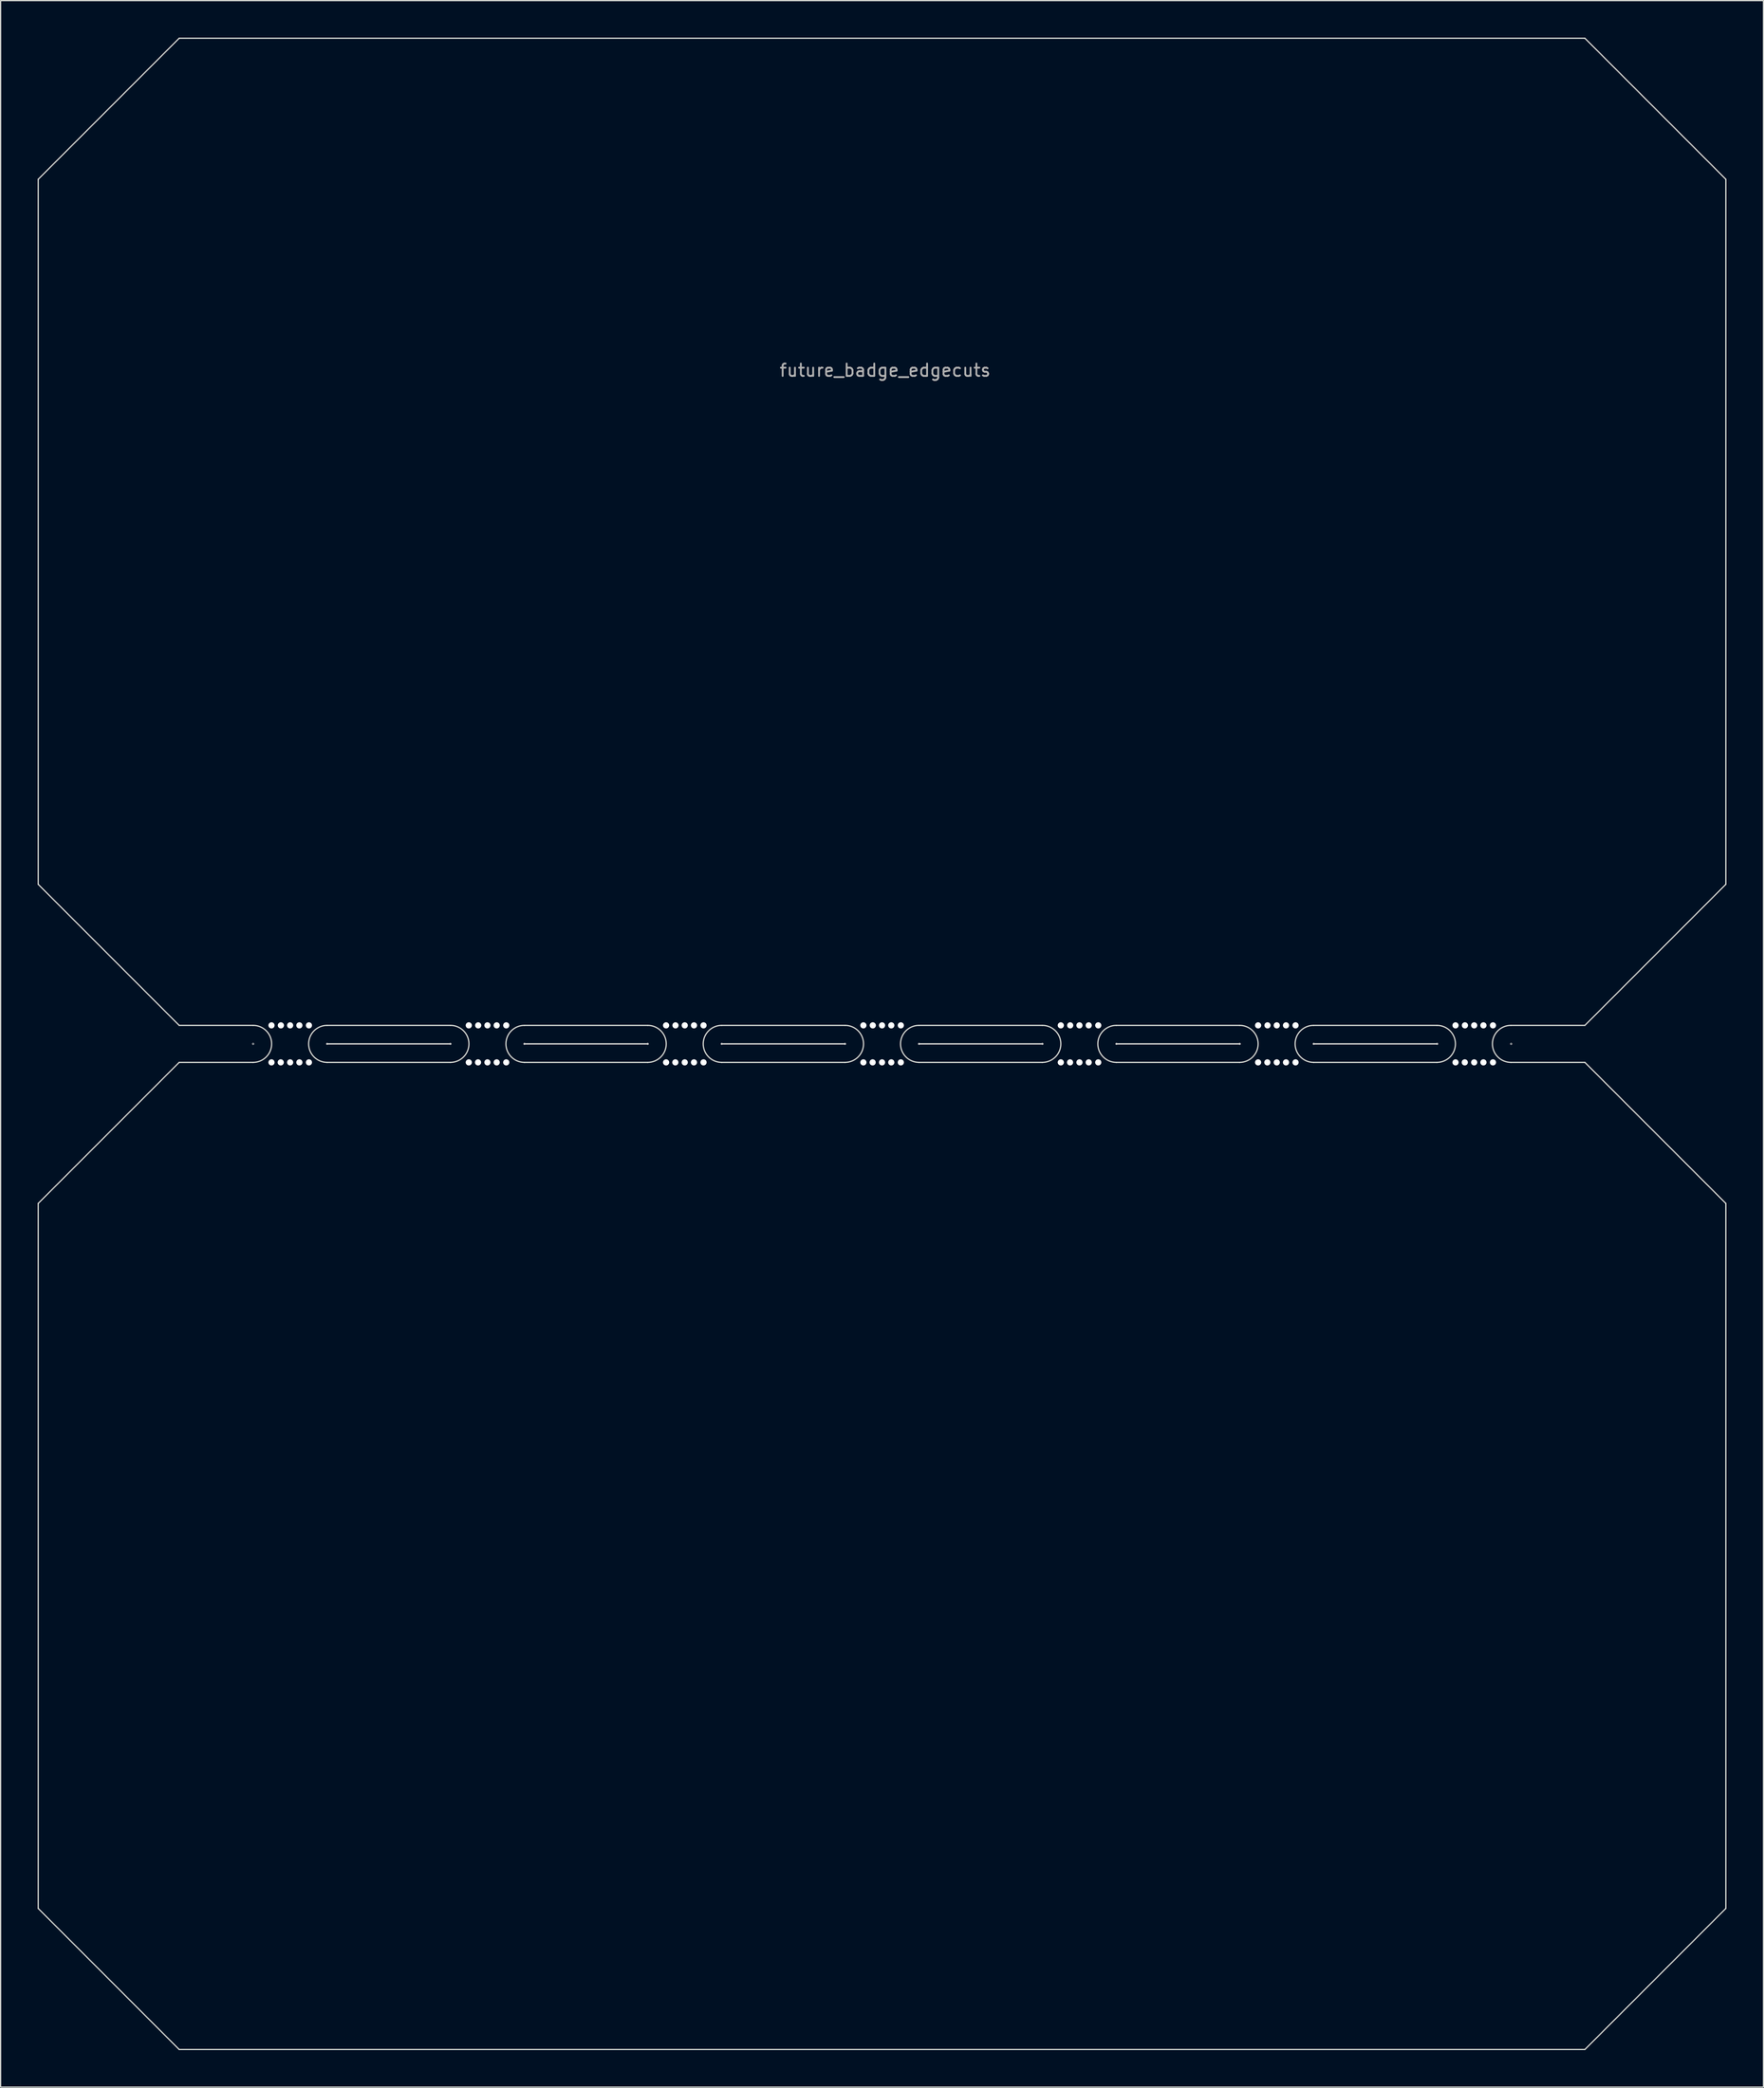
<source format=kicad_pcb>
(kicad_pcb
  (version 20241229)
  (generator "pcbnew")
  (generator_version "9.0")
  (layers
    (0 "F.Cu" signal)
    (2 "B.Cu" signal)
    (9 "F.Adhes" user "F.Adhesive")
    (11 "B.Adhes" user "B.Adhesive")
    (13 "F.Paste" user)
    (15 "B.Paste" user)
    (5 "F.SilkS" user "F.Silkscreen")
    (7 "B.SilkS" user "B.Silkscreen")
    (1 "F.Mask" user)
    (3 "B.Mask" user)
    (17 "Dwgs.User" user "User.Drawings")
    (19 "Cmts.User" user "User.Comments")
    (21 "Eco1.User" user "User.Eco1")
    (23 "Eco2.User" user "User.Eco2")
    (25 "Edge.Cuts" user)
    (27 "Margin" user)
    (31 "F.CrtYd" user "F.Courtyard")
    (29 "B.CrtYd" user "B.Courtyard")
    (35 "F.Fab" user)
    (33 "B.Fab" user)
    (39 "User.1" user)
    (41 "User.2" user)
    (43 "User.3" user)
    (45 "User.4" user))
  (footprint "future_badge_edgecuts"
    (layer "F.Cu")
    (at 68.479 82.48)
    (property "Reference" "future_badge_edgecuts" (at 0.25 -55.52 0) (unlocked yes) (layer "F.Fab") (effects (font (size 1 1) (thickness 0.15))))
    (fp_line (start -35 -0.93) (end -45 -0.93) (stroke (width 0.12) (type solid)) (layer "Dwgs.User"))
    (fp_line (start -19 -0.93) (end -29 -0.93) (stroke (width 0.12) (type solid)) (layer "Dwgs.User"))
    (fp_line (start -3 -0.93) (end -13 -0.93) (stroke (width 0.12) (type solid)) (layer "Dwgs.User"))
    (fp_line (start 13 -0.93) (end 3 -0.93) (stroke (width 0.12) (type solid)) (layer "Dwgs.User"))
    (fp_line (start 29 -0.93) (end 19 -0.93) (stroke (width 0.12) (type solid)) (layer "Dwgs.User"))
    (fp_line (start 45 -0.93) (end 35 -0.93) (stroke (width 0.12) (type solid)) (layer "Dwgs.User"))
    (fp_circle (center -51 -0.93) (end -51 -0.99) (stroke (width 0.05) (type solid)) (fill no) (layer "Dwgs.User"))
    (fp_circle (center -45 -0.93) (end -44.94 -0.93) (stroke (width 0.05) (type solid)) (fill no) (layer "Dwgs.User"))
    (fp_circle (center -35 -0.93) (end -35 -0.99) (stroke (width 0.05) (type solid)) (fill no) (layer "Dwgs.User"))
    (fp_circle (center -29 -0.93) (end -28.94 -0.93) (stroke (width 0.05) (type solid)) (fill no) (layer "Dwgs.User"))
    (fp_circle (center -19 -0.93) (end -19 -0.99) (stroke (width 0.05) (type solid)) (fill no) (layer "Dwgs.User"))
    (fp_circle (center -13 -0.93) (end -12.94 -0.93) (stroke (width 0.05) (type solid)) (fill no) (layer "Dwgs.User"))
    (fp_circle (center -3 -0.929) (end -3 -0.989) (stroke (width 0.05) (type solid)) (fill no) (layer "Dwgs.User"))
    (fp_circle (center 3 -0.929) (end 3.06 -0.929) (stroke (width 0.05) (type solid)) (fill no) (layer "Dwgs.User"))
    (fp_circle (center 13.01 -0.93) (end 13.01 -0.99) (stroke (width 0.05) (type solid)) (fill no) (layer "Dwgs.User"))
    (fp_circle (center 19.01 -0.93) (end 19.07 -0.93) (stroke (width 0.05) (type solid)) (fill no) (layer "Dwgs.User"))
    (fp_circle (center 29.01 -0.93) (end 29.01 -0.99) (stroke (width 0.05) (type solid)) (fill no) (layer "Dwgs.User"))
    (fp_circle (center 35.01 -0.93) (end 35.07 -0.93) (stroke (width 0.05) (type solid)) (fill no) (layer "Dwgs.User"))
    (fp_circle (center 45.02 -0.93) (end 45.02 -0.99) (stroke (width 0.05) (type solid)) (fill no) (layer "Dwgs.User"))
    (fp_circle (center 51.02 -0.93) (end 51.08 -0.93) (stroke (width 0.05) (type solid)) (fill no) (layer "Dwgs.User"))
    (fp_line (start -51 -0.93) (end -51 -0.93) (stroke (width 3) (type solid)) (layer "Eco1.User"))
    (fp_line (start -45 -0.93) (end -45 -0.93) (stroke (width 3) (type solid)) (layer "Eco1.User"))
    (fp_line (start -35 -0.93) (end -35 -0.93) (stroke (width 3) (type solid)) (layer "Eco1.User"))
    (fp_line (start -29 -0.93) (end -29 -0.93) (stroke (width 3) (type solid)) (layer "Eco1.User"))
    (fp_line (start -19 -0.93) (end -19 -0.93) (stroke (width 3) (type solid)) (layer "Eco1.User"))
    (fp_line (start -13 -0.93) (end -13 -0.93) (stroke (width 3) (type solid)) (layer "Eco1.User"))
    (fp_line (start -3 -0.93) (end -3 -0.93) (stroke (width 3) (type solid)) (layer "Eco1.User"))
    (fp_line (start 3 -0.93) (end 3 -0.93) (stroke (width 3) (type solid)) (layer "Eco1.User"))
    (fp_line (start 13 -0.93) (end 13 -0.93) (stroke (width 3) (type solid)) (layer "Eco1.User"))
    (fp_line (start 19 -0.93) (end 19 -0.93) (stroke (width 3) (type solid)) (layer "Eco1.User"))
    (fp_line (start 29 -0.93) (end 29 -0.93) (stroke (width 3) (type solid)) (layer "Eco1.User"))
    (fp_line (start 35 -0.93) (end 35 -0.93) (stroke (width 3) (type solid)) (layer "Eco1.User"))
    (fp_line (start 45 -0.93) (end 45 -0.93) (stroke (width 3) (type solid)) (layer "Eco1.User"))
    (fp_line (start 51 -0.93) (end 51 -0.93) (stroke (width 3) (type solid)) (layer "Eco1.User"))
    (fp_line (start -68.429 -71.001) (end -68.429 -13.859) (stroke (width 0.1) (type solid)) (layer "Edge.Cuts"))
    (fp_line (start -68.429 -13.859) (end -57 -2.43) (stroke (width 0.1) (type solid)) (layer "Edge.Cuts"))
    (fp_line (start -68.429 11.999) (end -68.429 69.141) (stroke (width 0.1) (type solid)) (layer "Edge.Cuts"))
    (fp_line (start -68.429 69.141) (end -57 80.57) (stroke (width 0.1) (type solid)) (layer "Edge.Cuts"))
    (fp_line (start -57 -82.43) (end -68.429 -71.001) (stroke (width 0.1) (type solid)) (layer "Edge.Cuts"))
    (fp_line (start -57 -2.43) (end -51 -2.43) (stroke (width 0.1) (type solid)) (layer "Edge.Cuts"))
    (fp_line (start -57 0.57) (end -68.429 11.999) (stroke (width 0.1) (type solid)) (layer "Edge.Cuts"))
    (fp_line (start -57 0.57) (end -51 0.57) (stroke (width 0.1) (type solid)) (layer "Edge.Cuts"))
    (fp_line (start -57 80.57) (end 57 80.57) (stroke (width 0.1) (type solid)) (layer "Edge.Cuts"))
    (fp_line (start -45 -2.43) (end -35 -2.43) (stroke (width 0.1) (type solid)) (layer "Edge.Cuts"))
    (fp_line (start -45 0.57) (end -35 0.57) (stroke (width 0.1) (type solid)) (layer "Edge.Cuts"))
    (fp_line (start -29 -2.43) (end -19 -2.43) (stroke (width 0.1) (type solid)) (layer "Edge.Cuts"))
    (fp_line (start -29 0.57) (end -19 0.57) (stroke (width 0.1) (type solid)) (layer "Edge.Cuts"))
    (fp_line (start -13 -2.43) (end -3 -2.43) (stroke (width 0.1) (type solid)) (layer "Edge.Cuts"))
    (fp_line (start -13 0.57) (end -3 0.57) (stroke (width 0.1) (type solid)) (layer "Edge.Cuts"))
    (fp_line (start 3 -2.43) (end 13 -2.43) (stroke (width 0.1) (type solid)) (layer "Edge.Cuts"))
    (fp_line (start 3 0.57) (end 13 0.57) (stroke (width 0.1) (type solid)) (layer "Edge.Cuts"))
    (fp_line (start 19 -2.43) (end 29 -2.43) (stroke (width 0.1) (type solid)) (layer "Edge.Cuts"))
    (fp_line (start 19 0.57) (end 29 0.57) (stroke (width 0.1) (type solid)) (layer "Edge.Cuts"))
    (fp_line (start 35 -2.43) (end 45 -2.43) (stroke (width 0.1) (type solid)) (layer "Edge.Cuts"))
    (fp_line (start 35 0.57) (end 45 0.57) (stroke (width 0.1) (type solid)) (layer "Edge.Cuts"))
    (fp_line (start 51 -2.43) (end 57 -2.43) (stroke (width 0.1) (type solid)) (layer "Edge.Cuts"))
    (fp_line (start 57 -82.43) (end -57 -82.43) (stroke (width 0.1) (type solid)) (layer "Edge.Cuts"))
    (fp_line (start 57 -2.43) (end 68.429 -13.859) (stroke (width 0.1) (type solid)) (layer "Edge.Cuts"))
    (fp_line (start 57 0.57) (end 51 0.57) (stroke (width 0.1) (type solid)) (layer "Edge.Cuts"))
    (fp_line (start 57 80.57) (end 68.429 69.141) (stroke (width 0.1) (type solid)) (layer "Edge.Cuts"))
    (fp_line (start 68.429 -71.001) (end 57 -82.43) (stroke (width 0.1) (type solid)) (layer "Edge.Cuts"))
    (fp_line (start 68.429 -13.859) (end 68.429 -71.001) (stroke (width 0.1) (type solid)) (layer "Edge.Cuts"))
    (fp_line (start 68.429 11.999) (end 57 0.57) (stroke (width 0.1) (type solid)) (layer "Edge.Cuts"))
    (fp_line (start 68.429 69.141) (end 68.429 11.999) (stroke (width 0.1) (type solid)) (layer "Edge.Cuts"))
    (fp_arc (start -51 -2.43) (mid -49.5 -0.93) (end -51 0.57) (stroke (width 0.1) (type solid)) (layer "Edge.Cuts"))
    (fp_arc (start -45 0.57) (mid -46.5 -0.93) (end -45 -2.43) (stroke (width 0.1) (type solid)) (layer "Edge.Cuts"))
    (fp_arc (start -35 -2.43) (mid -33.5 -0.93) (end -35 0.57) (stroke (width 0.1) (type solid)) (layer "Edge.Cuts"))
    (fp_arc (start -29 0.57) (mid -30.5 -0.93) (end -29 -2.43) (stroke (width 0.1) (type solid)) (layer "Edge.Cuts"))
    (fp_arc (start -19 -2.43) (mid -17.5 -0.93) (end -19 0.57) (stroke (width 0.1) (type solid)) (layer "Edge.Cuts"))
    (fp_arc (start -13 0.57) (mid -14.5 -0.93) (end -13 -2.43) (stroke (width 0.1) (type solid)) (layer "Edge.Cuts"))
    (fp_arc (start -3 -2.43) (mid -1.5 -0.93) (end -3 0.57) (stroke (width 0.1) (type solid)) (layer "Edge.Cuts"))
    (fp_arc (start 3 0.57) (mid 1.5 -0.93) (end 3 -2.43) (stroke (width 0.1) (type solid)) (layer "Edge.Cuts"))
    (fp_arc (start 13 -2.43) (mid 14.5 -0.93) (end 13 0.57) (stroke (width 0.1) (type solid)) (layer "Edge.Cuts"))
    (fp_arc (start 19 0.57) (mid 17.5 -0.93) (end 19 -2.43) (stroke (width 0.1) (type solid)) (layer "Edge.Cuts"))
    (fp_arc (start 29 -2.43) (mid 30.5 -0.93) (end 29 0.57) (stroke (width 0.1) (type solid)) (layer "Edge.Cuts"))
    (fp_arc (start 35 0.57) (mid 33.5 -0.93) (end 35 -2.43) (stroke (width 0.1) (type solid)) (layer "Edge.Cuts"))
    (fp_arc (start 45 -2.43) (mid 46.5 -0.93) (end 45 0.57) (stroke (width 0.1) (type solid)) (layer "Edge.Cuts"))
    (fp_arc (start 51 0.57) (mid 49.5 -0.93) (end 51 -2.43) (stroke (width 0.1) (type solid)) (layer "Edge.Cuts"))
    (pad "" np_thru_hole circle (at -49.512 -2.43) (size 0.5 0.5) (drill 0.5) (layers "*.Cu" "*.Mask"))
    (pad "" np_thru_hole circle (at -49.512 0.57) (size 0.5 0.5) (drill 0.5) (layers "*.Cu" "*.Mask"))
    (pad "" np_thru_hole circle (at -48.762 0.57) (size 0.5 0.5) (drill 0.5) (layers "*.Cu" "*.Mask"))
    (pad "" np_thru_hole circle (at -48.75 -2.43) (size 0.5 0.5) (drill 0.5) (layers "*.Cu" "*.Mask"))
    (pad "" np_thru_hole circle (at -48 -2.43) (size 0.5 0.5) (drill 0.5) (layers "*.Cu" "*.Mask"))
    (pad "" np_thru_hole circle (at -48 0.57) (size 0.5 0.5) (drill 0.5) (layers "*.Cu" "*.Mask"))
    (pad "" np_thru_hole circle (at -47.25 -2.43) (size 0.5 0.5) (drill 0.5) (layers "*.Cu" "*.Mask"))
    (pad "" np_thru_hole circle (at -47.25 0.57) (size 0.5 0.5) (drill 0.5) (layers "*.Cu" "*.Mask"))
    (pad "" np_thru_hole circle (at -46.476 -2.43) (size 0.5 0.5) (drill 0.5) (layers "*.Cu" "*.Mask"))
    (pad "" np_thru_hole circle (at -46.476 0.57) (size 0.5 0.5) (drill 0.5) (layers "*.Cu" "*.Mask"))
    (pad "" np_thru_hole circle (at -33.512 -2.43) (size 0.5 0.5) (drill 0.5) (layers "*.Cu" "*.Mask"))
    (pad "" np_thru_hole circle (at -33.512 0.57) (size 0.5 0.5) (drill 0.5) (layers "*.Cu" "*.Mask"))
    (pad "" np_thru_hole circle (at -32.762 0.57) (size 0.5 0.5) (drill 0.5) (layers "*.Cu" "*.Mask"))
    (pad "" np_thru_hole circle (at -32.75 -2.43) (size 0.5 0.5) (drill 0.5) (layers "*.Cu" "*.Mask"))
    (pad "" np_thru_hole circle (at -32 -2.43) (size 0.5 0.5) (drill 0.5) (layers "*.Cu" "*.Mask"))
    (pad "" np_thru_hole circle (at -32 0.57) (size 0.5 0.5) (drill 0.5) (layers "*.Cu" "*.Mask"))
    (pad "" np_thru_hole circle (at -31.25 -2.43) (size 0.5 0.5) (drill 0.5) (layers "*.Cu" "*.Mask"))
    (pad "" np_thru_hole circle (at -31.25 0.57) (size 0.5 0.5) (drill 0.5) (layers "*.Cu" "*.Mask"))
    (pad "" np_thru_hole circle (at -30.476 -2.43) (size 0.5 0.5) (drill 0.5) (layers "*.Cu" "*.Mask"))
    (pad "" np_thru_hole circle (at -30.476 0.57) (size 0.5 0.5) (drill 0.5) (layers "*.Cu" "*.Mask"))
    (pad "" np_thru_hole circle (at -17.512 -2.43) (size 0.5 0.5) (drill 0.5) (layers "*.Cu" "*.Mask"))
    (pad "" np_thru_hole circle (at -17.512 0.57) (size 0.5 0.5) (drill 0.5) (layers "*.Cu" "*.Mask"))
    (pad "" np_thru_hole circle (at -16.762 0.57) (size 0.5 0.5) (drill 0.5) (layers "*.Cu" "*.Mask"))
    (pad "" np_thru_hole circle (at -16.75 -2.43) (size 0.5 0.5) (drill 0.5) (layers "*.Cu" "*.Mask"))
    (pad "" np_thru_hole circle (at -16 -2.43) (size 0.5 0.5) (drill 0.5) (layers "*.Cu" "*.Mask"))
    (pad "" np_thru_hole circle (at -16 0.57) (size 0.5 0.5) (drill 0.5) (layers "*.Cu" "*.Mask"))
    (pad "" np_thru_hole circle (at -15.25 -2.43) (size 0.5 0.5) (drill 0.5) (layers "*.Cu" "*.Mask"))
    (pad "" np_thru_hole circle (at -15.25 0.57) (size 0.5 0.5) (drill 0.5) (layers "*.Cu" "*.Mask"))
    (pad "" np_thru_hole circle (at -14.476 -2.43) (size 0.5 0.5) (drill 0.5) (layers "*.Cu" "*.Mask"))
    (pad "" np_thru_hole circle (at -14.476 0.57) (size 0.5 0.5) (drill 0.5) (layers "*.Cu" "*.Mask"))
    (pad "" np_thru_hole circle (at -1.512 -2.43) (size 0.5 0.5) (drill 0.5) (layers "*.Cu" "*.Mask"))
    (pad "" np_thru_hole circle (at -1.512 0.57) (size 0.5 0.5) (drill 0.5) (layers "*.Cu" "*.Mask"))
    (pad "" np_thru_hole circle (at -0.762 0.57) (size 0.5 0.5) (drill 0.5) (layers "*.Cu" "*.Mask"))
    (pad "" np_thru_hole circle (at -0.75 -2.43) (size 0.5 0.5) (drill 0.5) (layers "*.Cu" "*.Mask"))
    (pad "" np_thru_hole circle (at 0 -2.43) (size 0.5 0.5) (drill 0.5) (layers "*.Cu" "*.Mask"))
    (pad "" np_thru_hole circle (at 0 0.57) (size 0.5 0.5) (drill 0.5) (layers "*.Cu" "*.Mask"))
    (pad "" np_thru_hole circle (at 0.75 -2.43) (size 0.5 0.5) (drill 0.5) (layers "*.Cu" "*.Mask"))
    (pad "" np_thru_hole circle (at 0.75 0.57) (size 0.5 0.5) (drill 0.5) (layers "*.Cu" "*.Mask"))
    (pad "" np_thru_hole circle (at 1.524 -2.43) (size 0.5 0.5) (drill 0.5) (layers "*.Cu" "*.Mask"))
    (pad "" np_thru_hole circle (at 1.524 0.57) (size 0.5 0.5) (drill 0.5) (layers "*.Cu" "*.Mask"))
    (pad "" np_thru_hole circle (at 14.498 -2.43) (size 0.5 0.5) (drill 0.5) (layers "*.Cu" "*.Mask"))
    (pad "" np_thru_hole circle (at 14.498 0.57) (size 0.5 0.5) (drill 0.5) (layers "*.Cu" "*.Mask"))
    (pad "" np_thru_hole circle (at 15.248 0.57) (size 0.5 0.5) (drill 0.5) (layers "*.Cu" "*.Mask"))
    (pad "" np_thru_hole circle (at 15.26 -2.43) (size 0.5 0.5) (drill 0.5) (layers "*.Cu" "*.Mask"))
    (pad "" np_thru_hole circle (at 16.01 -2.43) (size 0.5 0.5) (drill 0.5) (layers "*.Cu" "*.Mask"))
    (pad "" np_thru_hole circle (at 16.01 0.57) (size 0.5 0.5) (drill 0.5) (layers "*.Cu" "*.Mask"))
    (pad "" np_thru_hole circle (at 16.76 -2.43) (size 0.5 0.5) (drill 0.5) (layers "*.Cu" "*.Mask"))
    (pad "" np_thru_hole circle (at 16.76 0.57) (size 0.5 0.5) (drill 0.5) (layers "*.Cu" "*.Mask"))
    (pad "" np_thru_hole circle (at 17.534 -2.43) (size 0.5 0.5) (drill 0.5) (layers "*.Cu" "*.Mask"))
    (pad "" np_thru_hole circle (at 17.534 0.57) (size 0.5 0.5) (drill 0.5) (layers "*.Cu" "*.Mask"))
    (pad "" np_thru_hole circle (at 30.498 -2.43) (size 0.5 0.5) (drill 0.5) (layers "*.Cu" "*.Mask"))
    (pad "" np_thru_hole circle (at 30.498 0.57) (size 0.5 0.5) (drill 0.5) (layers "*.Cu" "*.Mask"))
    (pad "" np_thru_hole circle (at 31.248 0.57) (size 0.5 0.5) (drill 0.5) (layers "*.Cu" "*.Mask"))
    (pad "" np_thru_hole circle (at 31.26 -2.43) (size 0.5 0.5) (drill 0.5) (layers "*.Cu" "*.Mask"))
    (pad "" np_thru_hole circle (at 32.01 -2.43) (size 0.5 0.5) (drill 0.5) (layers "*.Cu" "*.Mask"))
    (pad "" np_thru_hole circle (at 32.01 0.57) (size 0.5 0.5) (drill 0.5) (layers "*.Cu" "*.Mask"))
    (pad "" np_thru_hole circle (at 32.76 -2.43) (size 0.5 0.5) (drill 0.5) (layers "*.Cu" "*.Mask"))
    (pad "" np_thru_hole circle (at 32.76 0.57) (size 0.5 0.5) (drill 0.5) (layers "*.Cu" "*.Mask"))
    (pad "" np_thru_hole circle (at 33.534 -2.43) (size 0.5 0.5) (drill 0.5) (layers "*.Cu" "*.Mask"))
    (pad "" np_thru_hole circle (at 33.534 0.57) (size 0.5 0.5) (drill 0.5) (layers "*.Cu" "*.Mask"))
    (pad "" np_thru_hole circle (at 46.508 -2.43) (size 0.5 0.5) (drill 0.5) (layers "*.Cu" "*.Mask"))
    (pad "" np_thru_hole circle (at 46.508 0.57) (size 0.5 0.5) (drill 0.5) (layers "*.Cu" "*.Mask"))
    (pad "" np_thru_hole circle (at 47.258 0.57) (size 0.5 0.5) (drill 0.5) (layers "*.Cu" "*.Mask"))
    (pad "" np_thru_hole circle (at 47.27 -2.43) (size 0.5 0.5) (drill 0.5) (layers "*.Cu" "*.Mask"))
    (pad "" np_thru_hole circle (at 48.02 -2.43) (size 0.5 0.5) (drill 0.5) (layers "*.Cu" "*.Mask"))
    (pad "" np_thru_hole circle (at 48.02 0.57) (size 0.5 0.5) (drill 0.5) (layers "*.Cu" "*.Mask"))
    (pad "" np_thru_hole circle (at 48.77 -2.43) (size 0.5 0.5) (drill 0.5) (layers "*.Cu" "*.Mask"))
    (pad "" np_thru_hole circle (at 48.77 0.57) (size 0.5 0.5) (drill 0.5) (layers "*.Cu" "*.Mask"))
    (pad "" np_thru_hole circle (at 49.544 -2.43) (size 0.5 0.5) (drill 0.5) (layers "*.Cu" "*.Mask"))
    (pad "" np_thru_hole circle (at 49.544 0.57) (size 0.5 0.5) (drill 0.5) (layers "*.Cu" "*.Mask")))
  (gr_rect
    (start -3 -3)
    (end 139.957 166.1)
    (stroke (width 0.1) (type default))
    (fill no)
    (layer "Edge.Cuts")))
</source>
